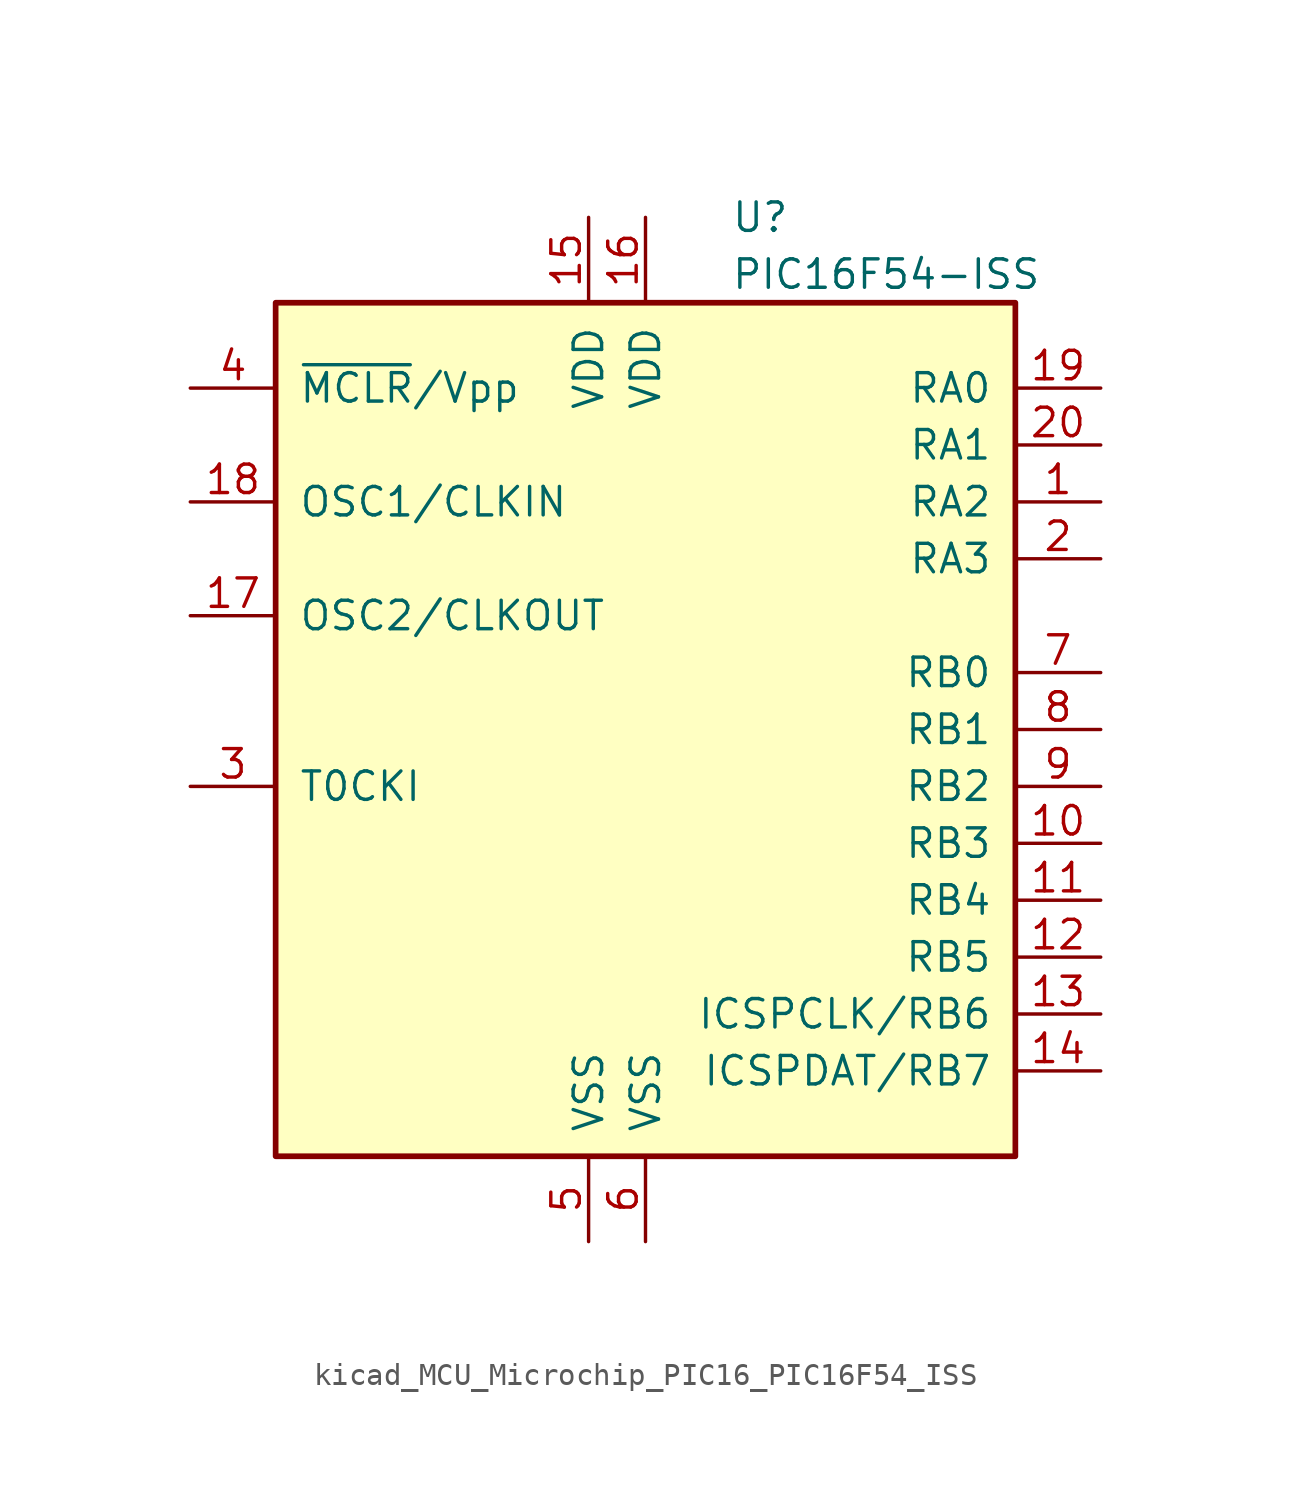
<source format=kicad_sym>
(kicad_symbol_lib
  (version 20220914)
  (generator kicad_symbol_editor)
  (symbol "kicad_MCU_Microchip_PIC16_PIC16F54_ISS"
    (pin_names
      (offset 1.016))
    (property "Reference" "U"
      (at 3.81 22.86 0)
      (effects (font (size 1.27 1.27)) (justify left)))
    (property "Value" "PIC16F54-ISS"
      (at 3.81 20.32 0)
      (effects (font (size 1.27 1.27)) (justify left)))
    (symbol "kicad_MCU_Microchip_PIC16_PIC16F54_ISS_0_1"
      (rectangle (start -16.51 19.05) (end 16.51 -19.05) (stroke (width 0.254) (type default)) (fill (type background))))
    (symbol "kicad_MCU_Microchip_PIC16_PIC16F54_ISS_1_1"
      (pin bidirectional line (at 20.32 10.16 180) (length 3.81) (name "RA2" (effects (font (size 1.27 1.27)))) (number "1" (effects (font (size 1.27 1.27)))))
      (pin bidirectional line (at 20.32 -5.08 180) (length 3.81) (name "RB3" (effects (font (size 1.27 1.27)))) (number "10" (effects (font (size 1.27 1.27)))))
      (pin bidirectional line (at 20.32 -7.62 180) (length 3.81) (name "RB4" (effects (font (size 1.27 1.27)))) (number "11" (effects (font (size 1.27 1.27)))))
      (pin bidirectional line (at 20.32 -10.16 180) (length 3.81) (name "RB5" (effects (font (size 1.27 1.27)))) (number "12" (effects (font (size 1.27 1.27)))))
      (pin bidirectional line (at 20.32 -12.7 180) (length 3.81) (name "ICSPCLK/RB6" (effects (font (size 1.27 1.27)))) (number "13" (effects (font (size 1.27 1.27)))))
      (pin bidirectional line (at 20.32 -15.24 180) (length 3.81) (name "ICSPDAT/RB7" (effects (font (size 1.27 1.27)))) (number "14" (effects (font (size 1.27 1.27)))))
      (pin power_in line (at -2.54 22.86 270) (length 3.81) (name "VDD" (effects (font (size 1.27 1.27)))) (number "15" (effects (font (size 1.27 1.27)))))
      (pin power_in line (at 0 22.86 270) (length 3.81) (name "VDD" (effects (font (size 1.27 1.27)))) (number "16" (effects (font (size 1.27 1.27)))))
      (pin output line (at -20.32 5.08 0) (length 3.81) (name "OSC2/CLKOUT" (effects (font (size 1.27 1.27)))) (number "17" (effects (font (size 1.27 1.27)))))
      (pin input line (at -20.32 10.16 0) (length 3.81) (name "OSC1/CLKIN" (effects (font (size 1.27 1.27)))) (number "18" (effects (font (size 1.27 1.27)))))
      (pin bidirectional line (at 20.32 15.24 180) (length 3.81) (name "RA0" (effects (font (size 1.27 1.27)))) (number "19" (effects (font (size 1.27 1.27)))))
      (pin bidirectional line (at 20.32 7.62 180) (length 3.81) (name "RA3" (effects (font (size 1.27 1.27)))) (number "2" (effects (font (size 1.27 1.27)))))
      (pin bidirectional line (at 20.32 12.7 180) (length 3.81) (name "RA1" (effects (font (size 1.27 1.27)))) (number "20" (effects (font (size 1.27 1.27)))))
      (pin input line (at -20.32 -2.54 0) (length 3.81) (name "T0CKI" (effects (font (size 1.27 1.27)))) (number "3" (effects (font (size 1.27 1.27)))))
      (pin input line (at -20.32 15.24 0) (length 3.81) (name "~{MCLR}/Vpp" (effects (font (size 1.27 1.27)))) (number "4" (effects (font (size 1.27 1.27)))))
      (pin power_in line (at -2.54 -22.86 90) (length 3.81) (name "VSS" (effects (font (size 1.27 1.27)))) (number "5" (effects (font (size 1.27 1.27)))))
      (pin power_in line (at 0 -22.86 90) (length 3.81) (name "VSS" (effects (font (size 1.27 1.27)))) (number "6" (effects (font (size 1.27 1.27)))))
      (pin bidirectional line (at 20.32 2.54 180) (length 3.81) (name "RB0" (effects (font (size 1.27 1.27)))) (number "7" (effects (font (size 1.27 1.27)))))
      (pin bidirectional line (at 20.32 0 180) (length 3.81) (name "RB1" (effects (font (size 1.27 1.27)))) (number "8" (effects (font (size 1.27 1.27)))))
      (pin bidirectional line (at 20.32 -2.54 180) (length 3.81) (name "RB2" (effects (font (size 1.27 1.27)))) (number "9" (effects (font (size 1.27 1.27))))))))
</source>
